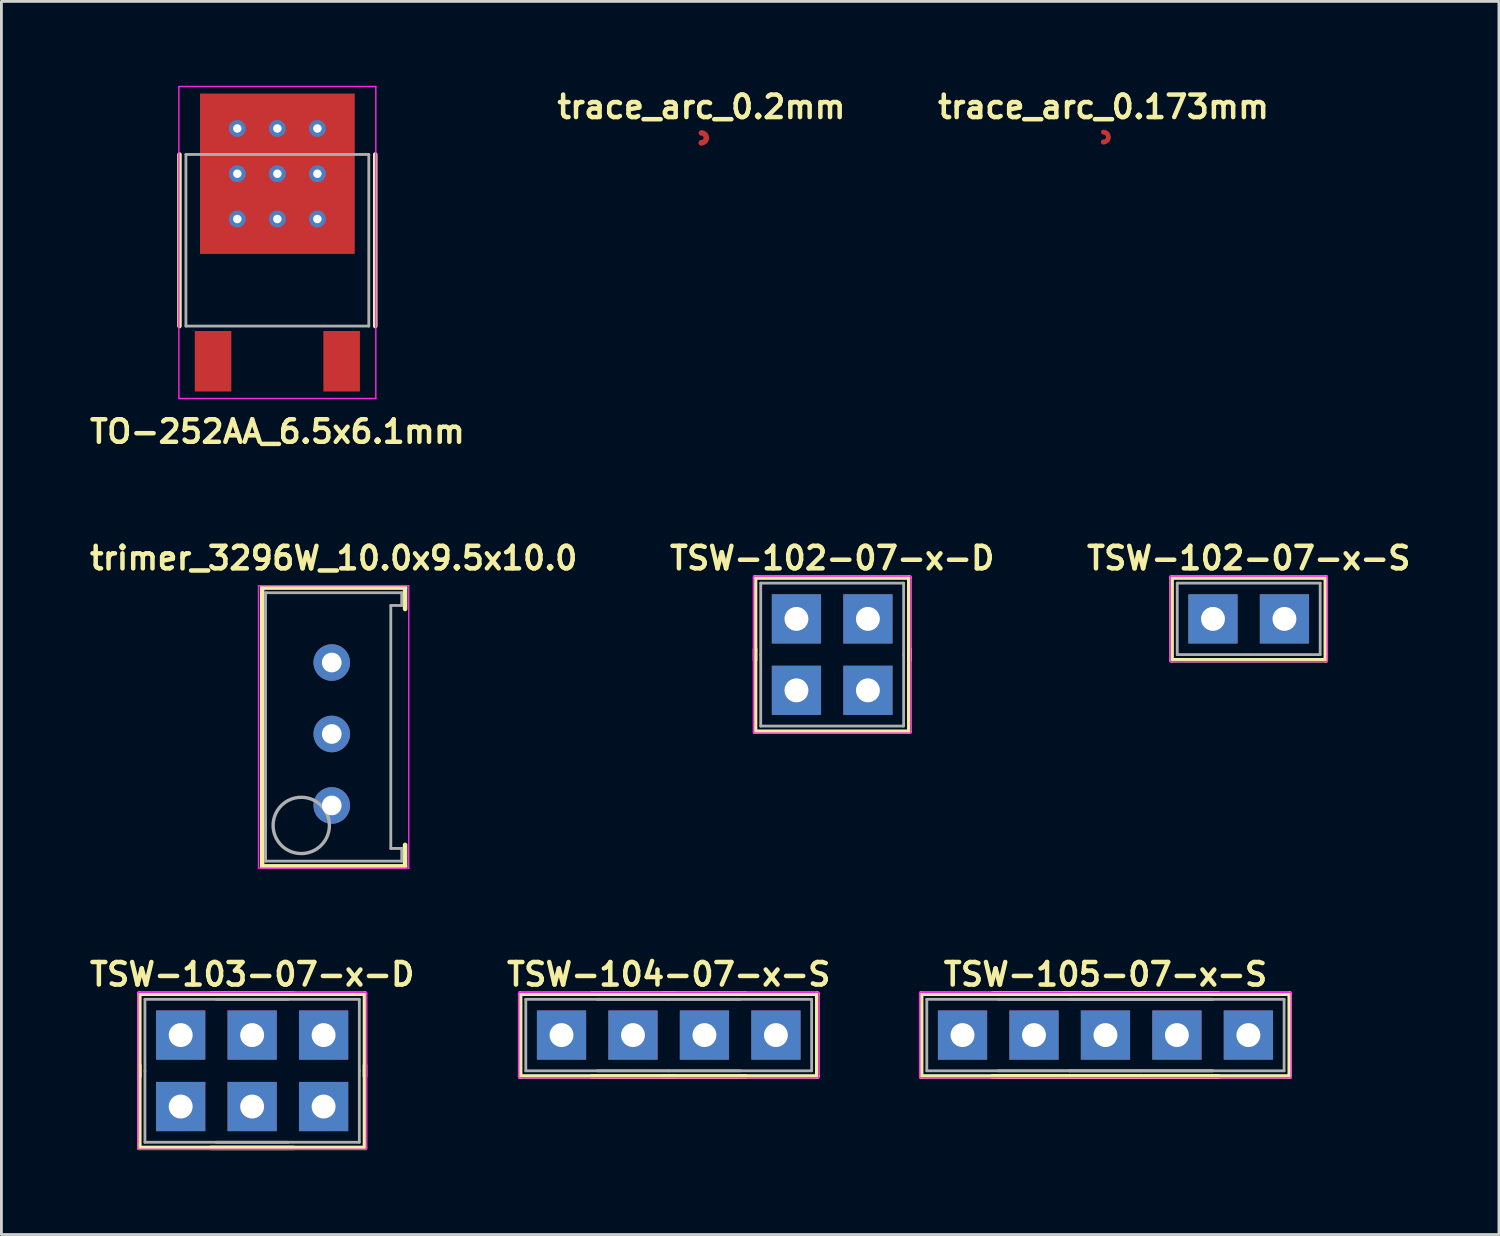
<source format=kicad_pcb>
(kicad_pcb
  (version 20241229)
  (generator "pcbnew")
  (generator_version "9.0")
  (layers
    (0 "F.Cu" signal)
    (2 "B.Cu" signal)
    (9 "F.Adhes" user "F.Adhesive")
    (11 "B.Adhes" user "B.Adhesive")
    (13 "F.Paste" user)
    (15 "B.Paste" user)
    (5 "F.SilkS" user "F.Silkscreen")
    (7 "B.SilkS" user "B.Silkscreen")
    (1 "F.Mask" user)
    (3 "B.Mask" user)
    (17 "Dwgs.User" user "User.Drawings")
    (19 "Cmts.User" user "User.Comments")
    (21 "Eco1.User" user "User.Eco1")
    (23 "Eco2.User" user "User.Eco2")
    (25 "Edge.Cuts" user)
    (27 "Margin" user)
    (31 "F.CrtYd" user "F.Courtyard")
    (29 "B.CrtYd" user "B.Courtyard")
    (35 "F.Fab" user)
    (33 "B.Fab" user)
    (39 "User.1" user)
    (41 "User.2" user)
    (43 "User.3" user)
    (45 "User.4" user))
  (footprint "TSW-105-07-x-S"
    (layer "F.Cu")
    (at 36.241 33.74)
    (property "Reference" "TSW-105-07-x-S" (at 0 -2.159 0) (layer "F.SilkS") (effects (font (size 0.8 0.8) (thickness 0.16))))
    (attr through_hole)
    (fp_line (start -6.55 -1.47) (end -6.55 1.47) (stroke (width 0.16) (type solid)) (layer "F.SilkS"))
    (fp_line (start -6.55 -1.47) (end -1.07 -1.47) (stroke (width 0.16) (type solid)) (layer "F.SilkS"))
    (fp_line (start -4.01 -1.47) (end 1.47 -1.47) (stroke (width 0.16) (type solid)) (layer "F.SilkS"))
    (fp_line (start -4.01 -1.47) (end 1.47 -1.47) (stroke (width 0.16) (type solid)) (layer "F.SilkS"))
    (fp_line (start -1.47 -1.47) (end 4.01 -1.47) (stroke (width 0.16) (type solid)) (layer "F.SilkS"))
    (fp_line (start -1.47 -1.47) (end 4.01 -1.47) (stroke (width 0.16) (type solid)) (layer "F.SilkS"))
    (fp_line (start -1.07 1.47) (end -6.55 1.47) (stroke (width 0.16) (type solid)) (layer "F.SilkS"))
    (fp_line (start 1.07 -1.47) (end 6.55 -1.47) (stroke (width 0.16) (type solid)) (layer "F.SilkS"))
    (fp_line (start 1.47 1.47) (end -4.01 1.47) (stroke (width 0.16) (type solid)) (layer "F.SilkS"))
    (fp_line (start 1.47 1.47) (end -4.01 1.47) (stroke (width 0.16) (type solid)) (layer "F.SilkS"))
    (fp_line (start 4.01 1.47) (end -1.47 1.47) (stroke (width 0.16) (type solid)) (layer "F.SilkS"))
    (fp_line (start 4.01 1.47) (end -1.47 1.47) (stroke (width 0.16) (type solid)) (layer "F.SilkS"))
    (fp_line (start 6.55 -1.47) (end 6.55 1.47) (stroke (width 0.16) (type solid)) (layer "F.SilkS"))
    (fp_line (start 6.55 1.47) (end 1.07 1.47) (stroke (width 0.16) (type solid)) (layer "F.SilkS"))
    (fp_line (start -6.6 -1.52) (end 6.6 -1.52) (stroke (width 0.05) (type solid)) (layer "F.CrtYd"))
    (fp_line (start -6.6 1.52) (end -6.6 -1.52) (stroke (width 0.05) (type solid)) (layer "F.CrtYd"))
    (fp_line (start -6.6 1.52) (end 6.6 1.52) (stroke (width 0.05) (type solid)) (layer "F.CrtYd"))
    (fp_line (start 6.6 -1.52) (end 6.6 1.52) (stroke (width 0.05) (type solid)) (layer "F.CrtYd"))
    (fp_line (start -6.35 -1.27) (end -6.35 1.27) (stroke (width 0.1) (type solid)) (layer "F.Fab"))
    (fp_line (start -6.35 -1.27) (end -1.27 -1.27) (stroke (width 0.1) (type solid)) (layer "F.Fab"))
    (fp_line (start -6.35 1.27) (end -1.27 1.27) (stroke (width 0.1) (type solid)) (layer "F.Fab"))
    (fp_line (start -3.81 -1.27) (end 1.27 -1.27) (stroke (width 0.1) (type solid)) (layer "F.Fab"))
    (fp_line (start -3.81 1.27) (end 1.27 1.27) (stroke (width 0.1) (type solid)) (layer "F.Fab"))
    (fp_line (start -1.27 -1.27) (end 3.81 -1.27) (stroke (width 0.1) (type solid)) (layer "F.Fab"))
    (fp_line (start -1.27 -1.27) (end 3.81 -1.27) (stroke (width 0.1) (type solid)) (layer "F.Fab"))
    (fp_line (start -1.27 1.27) (end 3.81 1.27) (stroke (width 0.1) (type solid)) (layer "F.Fab"))
    (fp_line (start -1.27 1.27) (end 3.81 1.27) (stroke (width 0.1) (type solid)) (layer "F.Fab"))
    (fp_line (start 1.27 -1.27) (end 6.35 -1.27) (stroke (width 0.1) (type solid)) (layer "F.Fab"))
    (fp_line (start 1.27 1.27) (end 6.35 1.27) (stroke (width 0.1) (type solid)) (layer "F.Fab"))
    (fp_line (start 6.35 -1.27) (end 6.35 1.27) (stroke (width 0.1) (type solid)) (layer "F.Fab"))
    (pad "1" thru_hole rect (at -5.08 0) (size 1.75 1.75) (drill 0.85) (layers "*.Cu" "*.Mask"))
    (pad "2" thru_hole rect (at -2.54 0) (size 1.75 1.75) (drill 0.85) (layers "*.Cu" "*.Mask"))
    (pad "3" thru_hole rect (at 0 0) (size 1.75 1.75) (drill 0.85) (layers "*.Cu" "*.Mask"))
    (pad "4" thru_hole rect (at 2.54 0) (size 1.75 1.75) (drill 0.85) (layers "*.Cu" "*.Mask"))
    (pad "5" thru_hole rect (at 5.08 0) (size 1.75 1.75) (drill 0.85) (layers "*.Cu" "*.Mask")))
  (footprint "TSW-103-07-x-D"
    (layer "F.Cu")
    (at 5.912 35.01)
    (property "Reference" "TSW-103-07-x-D" (at 0 -3.429 0) (layer "F.SilkS") (effects (font (size 0.8 0.8) (thickness 0.16))))
    (attr through_hole)
    (fp_line (start -4.01 -2.74) (end -4.01 0.2) (stroke (width 0.16) (type solid)) (layer "F.SilkS"))
    (fp_line (start -4.01 -2.74) (end 1.47 -2.74) (stroke (width 0.16) (type solid)) (layer "F.SilkS"))
    (fp_line (start -4.01 2.74) (end -4.01 -0.2) (stroke (width 0.16) (type solid)) (layer "F.SilkS"))
    (fp_line (start -1.47 -2.74) (end 4.01 -2.74) (stroke (width 0.16) (type solid)) (layer "F.SilkS"))
    (fp_line (start 1.47 2.74) (end -4.01 2.74) (stroke (width 0.16) (type solid)) (layer "F.SilkS"))
    (fp_line (start 4.01 -2.74) (end 4.01 0.2) (stroke (width 0.16) (type solid)) (layer "F.SilkS"))
    (fp_line (start 4.01 2.74) (end -1.47 2.74) (stroke (width 0.16) (type solid)) (layer "F.SilkS"))
    (fp_line (start 4.01 2.74) (end 4.01 -0.2) (stroke (width 0.16) (type solid)) (layer "F.SilkS"))
    (fp_line (start -4.06 -2.79) (end 4.06 -2.79) (stroke (width 0.05) (type solid)) (layer "F.CrtYd"))
    (fp_line (start -4.06 2.79) (end -4.06 -2.79) (stroke (width 0.05) (type solid)) (layer "F.CrtYd"))
    (fp_line (start 4.06 -2.79) (end 4.06 2.79) (stroke (width 0.05) (type solid)) (layer "F.CrtYd"))
    (fp_line (start 4.06 2.79) (end -4.06 2.79) (stroke (width 0.05) (type solid)) (layer "F.CrtYd"))
    (fp_line (start -3.81 -2.54) (end -3.81 0) (stroke (width 0.1) (type solid)) (layer "F.Fab"))
    (fp_line (start -3.81 -2.54) (end 1.27 -2.54) (stroke (width 0.1) (type solid)) (layer "F.Fab"))
    (fp_line (start -3.81 2.54) (end -3.81 0) (stroke (width 0.1) (type solid)) (layer "F.Fab"))
    (fp_line (start -1.27 -2.54) (end 3.81 -2.54) (stroke (width 0.1) (type solid)) (layer "F.Fab"))
    (fp_line (start 1.27 2.54) (end -3.81 2.54) (stroke (width 0.1) (type solid)) (layer "F.Fab"))
    (fp_line (start 3.81 -2.54) (end 3.81 0) (stroke (width 0.1) (type solid)) (layer "F.Fab"))
    (fp_line (start 3.81 2.54) (end -1.27 2.54) (stroke (width 0.1) (type solid)) (layer "F.Fab"))
    (fp_line (start 3.81 2.54) (end 3.81 0) (stroke (width 0.1) (type solid)) (layer "F.Fab"))
    (pad "1" thru_hole rect (at -2.54 1.27 180) (size 1.75 1.75) (drill 0.85) (layers "*.Cu" "*.Mask"))
    (pad "2" thru_hole rect (at -2.54 -1.27) (size 1.75 1.75) (drill 0.85) (layers "*.Cu" "*.Mask"))
    (pad "3" thru_hole rect (at 0 1.27 180) (size 1.75 1.75) (drill 0.85) (layers "*.Cu" "*.Mask"))
    (pad "4" thru_hole rect (at 0 -1.27) (size 1.75 1.75) (drill 0.85) (layers "*.Cu" "*.Mask"))
    (pad "5" thru_hole rect (at 2.54 1.27 180) (size 1.75 1.75) (drill 0.85) (layers "*.Cu" "*.Mask"))
    (pad "6" thru_hole rect (at 2.54 -1.27) (size 1.75 1.75) (drill 0.85) (layers "*.Cu" "*.Mask")))
  (footprint "TSW-102-07-x-S"
    (layer "F.Cu")
    (at 41.333 18.947)
    (property "Reference" "TSW-102-07-x-S" (at 0 -2.159 0) (layer "F.SilkS") (effects (font (size 0.8 0.8) (thickness 0.16))))
    (attr through_hole)
    (fp_line (start -2.74 -1.47) (end -2.74 1.47) (stroke (width 0.16) (type solid)) (layer "F.SilkS"))
    (fp_line (start -2.74 -1.47) (end 2.74 -1.47) (stroke (width 0.16) (type solid)) (layer "F.SilkS"))
    (fp_line (start 2.74 -1.47) (end 2.74 1.47) (stroke (width 0.16) (type solid)) (layer "F.SilkS"))
    (fp_line (start 2.74 1.47) (end -2.74 1.47) (stroke (width 0.16) (type solid)) (layer "F.SilkS"))
    (fp_line (start -2.79 -1.52) (end 2.79 -1.52) (stroke (width 0.05) (type solid)) (layer "F.CrtYd"))
    (fp_line (start -2.79 1.52) (end -2.79 -1.52) (stroke (width 0.05) (type solid)) (layer "F.CrtYd"))
    (fp_line (start 2.79 -1.52) (end 2.79 1.52) (stroke (width 0.05) (type solid)) (layer "F.CrtYd"))
    (fp_line (start 2.79 1.52) (end -2.79 1.52) (stroke (width 0.05) (type solid)) (layer "F.CrtYd"))
    (fp_line (start -2.54 -1.27) (end -2.54 1.27) (stroke (width 0.1) (type solid)) (layer "F.Fab"))
    (fp_line (start -2.54 -1.27) (end 2.54 -1.27) (stroke (width 0.1) (type solid)) (layer "F.Fab"))
    (fp_line (start -2.54 1.27) (end 2.54 1.27) (stroke (width 0.1) (type solid)) (layer "F.Fab"))
    (fp_line (start 2.54 -1.27) (end 2.54 1.27) (stroke (width 0.1) (type solid)) (layer "F.Fab"))
    (pad "1" thru_hole rect (at -1.27 0) (size 1.75 1.75) (drill 0.85) (layers "*.Cu" "*.Mask"))
    (pad "2" thru_hole rect (at 1.27 0) (size 1.75 1.75) (drill 0.85) (layers "*.Cu" "*.Mask")))
  (footprint "trace_arc_0.173mm"
    (layer "F.Cu")
    (at 36.171 1.647)
    (property "Reference" "trace_arc_0.173mm" (at 0 -0.898 0) (layer "F.SilkS") (effects (font (size 0.8 0.8) (thickness 0.16))))
    (attr exclude_from_pos_files exclude_from_bom)
    (pad "1" smd custom (at 0 0) (size 0.173 0.173) (layers "F.Cu") (options (anchor circle)) (primitives (gr_arc (start 0 0) (mid 0.175 0.175) (end 0 0.35) (width 0.173))))
    (pad "1" smd circle (at 0 0.35) (size 0.173 0.173) (layers "F.Cu")))
  (footprint "TSW-104-07-x-S"
    (layer "F.Cu")
    (at 20.718 33.74)
    (property "Reference" "TSW-104-07-x-S" (at 0 -2.159 0) (layer "F.SilkS") (effects (font (size 0.8 0.8) (thickness 0.16))))
    (attr through_hole)
    (fp_line (start -5.28 -1.47) (end -5.28 1.47) (stroke (width 0.16) (type solid)) (layer "F.SilkS"))
    (fp_line (start -5.28 -1.47) (end 0.2 -1.47) (stroke (width 0.16) (type solid)) (layer "F.SilkS"))
    (fp_line (start -2.74 -1.47) (end 2.74 -1.47) (stroke (width 0.16) (type solid)) (layer "F.SilkS"))
    (fp_line (start -0.2 -1.47) (end 5.28 -1.47) (stroke (width 0.16) (type solid)) (layer "F.SilkS"))
    (fp_line (start 0.2 1.47) (end -5.28 1.47) (stroke (width 0.16) (type solid)) (layer "F.SilkS"))
    (fp_line (start 2.74 1.47) (end -2.74 1.47) (stroke (width 0.16) (type solid)) (layer "F.SilkS"))
    (fp_line (start 5.28 -1.47) (end 5.28 1.47) (stroke (width 0.16) (type solid)) (layer "F.SilkS"))
    (fp_line (start 5.28 1.47) (end -0.2 1.47) (stroke (width 0.16) (type solid)) (layer "F.SilkS"))
    (fp_line (start -5.33 -1.52) (end 5.33 -1.52) (stroke (width 0.05) (type solid)) (layer "F.CrtYd"))
    (fp_line (start -5.33 1.52) (end -5.33 -1.52) (stroke (width 0.05) (type solid)) (layer "F.CrtYd"))
    (fp_line (start 5.33 -1.52) (end 5.33 1.52) (stroke (width 0.05) (type solid)) (layer "F.CrtYd"))
    (fp_line (start 5.33 1.52) (end -5.33 1.52) (stroke (width 0.05) (type solid)) (layer "F.CrtYd"))
    (fp_line (start -5.08 -1.27) (end -5.08 1.27) (stroke (width 0.1) (type solid)) (layer "F.Fab"))
    (fp_line (start -5.08 -1.27) (end 0 -1.27) (stroke (width 0.1) (type solid)) (layer "F.Fab"))
    (fp_line (start -5.08 1.27) (end 0 1.27) (stroke (width 0.1) (type solid)) (layer "F.Fab"))
    (fp_line (start -2.54 -1.27) (end 2.54 -1.27) (stroke (width 0.1) (type solid)) (layer "F.Fab"))
    (fp_line (start -2.54 1.27) (end 2.54 1.27) (stroke (width 0.1) (type solid)) (layer "F.Fab"))
    (fp_line (start 0 -1.27) (end 5.08 -1.27) (stroke (width 0.1) (type solid)) (layer "F.Fab"))
    (fp_line (start 0 1.27) (end 5.08 1.27) (stroke (width 0.1) (type solid)) (layer "F.Fab"))
    (fp_line (start 5.08 -1.27) (end 5.08 1.27) (stroke (width 0.1) (type solid)) (layer "F.Fab"))
    (pad "1" thru_hole rect (at -3.81 0) (size 1.75 1.75) (drill 0.85) (layers "*.Cu" "*.Mask"))
    (pad "2" thru_hole rect (at -1.27 0) (size 1.75 1.75) (drill 0.85) (layers "*.Cu" "*.Mask"))
    (pad "3" thru_hole rect (at 1.27 0) (size 1.75 1.75) (drill 0.85) (layers "*.Cu" "*.Mask"))
    (pad "4" thru_hole rect (at 3.81 0) (size 1.75 1.75) (drill 0.85) (layers "*.Cu" "*.Mask")))
  (footprint "TSW-102-07-x-D"
    (layer "F.Cu")
    (at 26.528 20.217)
    (property "Reference" "TSW-102-07-x-D" (at 0 -3.429 0) (layer "F.SilkS") (effects (font (size 0.8 0.8) (thickness 0.16))))
    (attr through_hole)
    (fp_line (start -2.74 -2.74) (end -2.74 0.2) (stroke (width 0.16) (type solid)) (layer "F.SilkS"))
    (fp_line (start -2.74 -2.74) (end 2.74 -2.74) (stroke (width 0.16) (type solid)) (layer "F.SilkS"))
    (fp_line (start -2.74 2.74) (end -2.74 -0.2) (stroke (width 0.16) (type solid)) (layer "F.SilkS"))
    (fp_line (start 2.74 -2.74) (end 2.74 0.2) (stroke (width 0.16) (type solid)) (layer "F.SilkS"))
    (fp_line (start 2.74 2.74) (end -2.74 2.74) (stroke (width 0.16) (type solid)) (layer "F.SilkS"))
    (fp_line (start 2.74 2.74) (end 2.74 -0.2) (stroke (width 0.16) (type solid)) (layer "F.SilkS"))
    (fp_line (start -2.79 -2.79) (end 2.79 -2.79) (stroke (width 0.05) (type solid)) (layer "F.CrtYd"))
    (fp_line (start -2.79 2.79) (end -2.79 -2.79) (stroke (width 0.05) (type solid)) (layer "F.CrtYd"))
    (fp_line (start 2.79 -2.79) (end 2.79 2.79) (stroke (width 0.05) (type solid)) (layer "F.CrtYd"))
    (fp_line (start 2.79 2.79) (end -2.79 2.79) (stroke (width 0.05) (type solid)) (layer "F.CrtYd"))
    (fp_line (start -2.54 -2.54) (end -2.54 0) (stroke (width 0.1) (type solid)) (layer "F.Fab"))
    (fp_line (start -2.54 -2.54) (end 2.54 -2.54) (stroke (width 0.1) (type solid)) (layer "F.Fab"))
    (fp_line (start -2.54 2.54) (end -2.54 0) (stroke (width 0.1) (type solid)) (layer "F.Fab"))
    (fp_line (start 2.54 -2.54) (end 2.54 0) (stroke (width 0.1) (type solid)) (layer "F.Fab"))
    (fp_line (start 2.54 2.54) (end -2.54 2.54) (stroke (width 0.1) (type solid)) (layer "F.Fab"))
    (fp_line (start 2.54 2.54) (end 2.54 0) (stroke (width 0.1) (type solid)) (layer "F.Fab"))
    (pad "1" thru_hole rect (at -1.27 1.27 180) (size 1.75 1.75) (drill 0.85) (layers "*.Cu" "*.Mask"))
    (pad "2" thru_hole rect (at -1.27 -1.27) (size 1.75 1.75) (drill 0.85) (layers "*.Cu" "*.Mask"))
    (pad "3" thru_hole rect (at 1.27 1.27 180) (size 1.75 1.75) (drill 0.85) (layers "*.Cu" "*.Mask"))
    (pad "4" thru_hole rect (at 1.27 -1.27) (size 1.75 1.75) (drill 0.85) (layers "*.Cu" "*.Mask")))
  (footprint "trace_arc_0.2mm"
    (layer "F.Cu")
    (at 21.88 1.674)
    (property "Reference" "trace_arc_0.2mm" (at 0 -0.925 180) (layer "F.SilkS") (effects (font (size 0.8 0.8) (thickness 0.16))))
    (attr exclude_from_pos_files exclude_from_bom)
    (pad "1" smd custom (at 0 0) (size 0.2 0.2) (layers "F.Cu") (options (anchor circle)) (primitives (gr_arc (start 0 0) (mid 0.175 0.175) (end 0 0.35) (width 0.2))))
    (pad "1" smd circle (at 0 0.35) (size 0.2 0.2) (layers "F.Cu")))
  (footprint "TO-252AA_6.5x6.1mm"
    (layer "F.Cu")
    (at 6.808 9.79)
    (property "Reference" "TO-252AA_6.5x6.1mm" (at 0 2.5 0) (layer "F.SilkS") (effects (font (size 0.8 0.8) (thickness 0.16))))
    (attr through_hole)
    (fp_line (start -3.48 -7.35) (end -3.48 -1.25) (stroke (width 0.16) (type solid)) (layer "F.SilkS"))
    (fp_line (start 3.48 -7.35) (end 3.48 -1.25) (stroke (width 0.16) (type solid)) (layer "F.SilkS"))
    (fp_line (start -3.5 1.325) (end -3.5 -9.76) (stroke (width 0.05) (type solid)) (layer "F.CrtYd"))
    (fp_line (start -3.5 1.325) (end 3.5 1.325) (stroke (width 0.05) (type solid)) (layer "F.CrtYd"))
    (fp_line (start 3.5 -9.765) (end -3.5 -9.765) (stroke (width 0.05) (type solid)) (layer "F.CrtYd"))
    (fp_line (start 3.5 -9.765) (end 3.5 1.325) (stroke (width 0.05) (type solid)) (layer "F.CrtYd"))
    (fp_line (start -3.25 -7.35) (end -3.25 -1.25) (stroke (width 0.1) (type solid)) (layer "F.Fab"))
    (fp_line (start -3.25 -7.35) (end 3.25 -7.35) (stroke (width 0.1) (type solid)) (layer "F.Fab"))
    (fp_line (start 3.25 -1.25) (end -3.25 -1.25) (stroke (width 0.1) (type solid)) (layer "F.Fab"))
    (fp_line (start 3.25 -1.25) (end 3.25 -7.35) (stroke (width 0.1) (type solid)) (layer "F.Fab"))
    (pad "" smd rect (at -1.98 -8.69) (size 1.12 1.15) (layers "F.Paste"))
    (pad "" smd rect (at -1.98 -7.34) (size 1.12 1.15) (layers "F.Paste"))
    (pad "" smd rect (at -1.98 -5.99) (size 1.12 1.15) (layers "F.Paste"))
    (pad "" smd rect (at -1.98 -4.64) (size 1.12 1.15) (layers "F.Paste"))
    (pad "" smd rect (at -0.66 -8.69) (size 1.12 1.15) (layers "F.Paste"))
    (pad "" smd rect (at -0.66 -7.34) (size 1.12 1.15) (layers "F.Paste"))
    (pad "" smd rect (at -0.66 -5.99) (size 1.12 1.15) (layers "F.Paste"))
    (pad "" smd rect (at -0.66 -4.64) (size 1.12 1.15) (layers "F.Paste"))
    (pad "" smd rect (at 0.66 -8.69) (size 1.12 1.15) (layers "F.Paste"))
    (pad "" smd rect (at 0.66 -7.34) (size 1.12 1.15) (layers "F.Paste"))
    (pad "" smd rect (at 0.66 -5.99) (size 1.12 1.15) (layers "F.Paste"))
    (pad "" smd rect (at 0.66 -4.64) (size 1.12 1.15) (layers "F.Paste"))
    (pad "" smd rect (at 1.98 -8.69) (size 1.12 1.15) (layers "F.Paste"))
    (pad "" smd rect (at 1.98 -7.34) (size 1.12 1.15) (layers "F.Paste"))
    (pad "" smd rect (at 1.98 -5.99) (size 1.12 1.15) (layers "F.Paste"))
    (pad "" smd rect (at 1.98 -4.64) (size 1.12 1.15) (layers "F.Paste"))
    (pad "1" smd rect (at -2.285 0) (size 1.3 2.15) (layers "F.Cu" "F.Mask" "F.Paste"))
    (pad "2" smd rect (at 2.285 0 180) (size 1.3 2.15) (layers "F.Cu" "F.Mask" "F.Paste"))
    (pad "3" thru_hole circle (at -1.423 -8.274) (size 0.6 0.6) (drill 0.3) (layers "*.Cu"))
    (pad "3" thru_hole circle (at -1.423 -6.665) (size 0.6 0.6) (drill 0.3) (layers "*.Cu"))
    (pad "3" thru_hole circle (at -1.423 -5.056) (size 0.6 0.6) (drill 0.3) (layers "*.Cu"))
    (pad "3" thru_hole circle (at 0 -8.274) (size 0.6 0.6) (drill 0.3) (layers "*.Cu"))
    (pad "3" thru_hole circle (at 0 -6.665) (size 0.6 0.6) (drill 0.3) (layers "*.Cu"))
    (pad "3" smd rect (at 0 -6.665) (size 5.5 5.7) (layers "F.Cu" "F.Mask"))
    (pad "3" thru_hole circle (at 0 -5.056) (size 0.6 0.6) (drill 0.3) (layers "*.Cu"))
    (pad "3" thru_hole circle (at 1.423 -8.274) (size 0.6 0.6) (drill 0.3) (layers "*.Cu"))
    (pad "3" thru_hole circle (at 1.423 -6.665) (size 0.6 0.6) (drill 0.3) (layers "*.Cu"))
    (pad "3" thru_hole circle (at 1.423 -5.056) (size 0.6 0.6) (drill 0.3) (layers "*.Cu")))
  (footprint "trimer_3296W_10.0x9.5x10.0"
    (layer "F.Cu")
    (at 8.742 23.038)
    (property "Reference" "trimer_3296W_10.0x9.5x10.0" (at 0.066 -6.25 0) (layer "F.SilkS") (effects (font (size 0.8 0.8) (thickness 0.16))))
    (attr through_hole)
    (fp_line (start -2.474 -5.203) (end -2.474 4.703) (stroke (width 0.16) (type solid)) (layer "F.SilkS"))
    (fp_line (start -2.474 -5.203) (end 2.606 -5.203) (stroke (width 0.16) (type solid)) (layer "F.SilkS"))
    (fp_line (start 2.606 -4.441) (end 2.606 -5.203) (stroke (width 0.16) (type solid)) (layer "F.SilkS"))
    (fp_line (start 2.606 4.703) (end -2.474 4.703) (stroke (width 0.16) (type solid)) (layer "F.SilkS"))
    (fp_line (start 2.606 4.703) (end 2.606 3.941) (stroke (width 0.16) (type solid)) (layer "F.SilkS"))
    (fp_line (start -2.604 -5.27) (end -2.604 4.77) (stroke (width 0.05) (type solid)) (layer "F.CrtYd"))
    (fp_line (start -2.604 4.77) (end 2.736 4.77) (stroke (width 0.05) (type solid)) (layer "F.CrtYd"))
    (fp_line (start 2.736 -5.27) (end -2.604 -5.27) (stroke (width 0.05) (type solid)) (layer "F.CrtYd"))
    (fp_line (start 2.736 -5.27) (end 2.736 4.77) (stroke (width 0.05) (type solid)) (layer "F.CrtYd"))
    (fp_line (start -2.354 4.52) (end -2.354 -5.02) (stroke (width 0.1) (type solid)) (layer "F.Fab"))
    (fp_line (start 2.098 -4.568) (end 2.098 4.068) (stroke (width 0.1) (type solid)) (layer "F.Fab"))
    (fp_line (start 2.098 -4.568) (end 2.486 -4.568) (stroke (width 0.1) (type solid)) (layer "F.Fab"))
    (fp_line (start 2.098 4.068) (end 2.486 4.068) (stroke (width 0.1) (type solid)) (layer "F.Fab"))
    (fp_line (start 2.486 -5.02) (end -2.354 -5.02) (stroke (width 0.1) (type solid)) (layer "F.Fab"))
    (fp_line (start 2.486 -5.02) (end 2.486 -4.568) (stroke (width 0.1) (type solid)) (layer "F.Fab"))
    (fp_line (start 2.486 4.52) (end -2.354 4.52) (stroke (width 0.1) (type solid)) (layer "F.Fab"))
    (fp_line (start 2.486 4.52) (end 2.486 4.068) (stroke (width 0.1) (type solid)) (layer "F.Fab"))
    (fp_circle (center -1.084 3.25) (end -0.084 3.25) (stroke (width 0.12) (type solid)) (fill no) (layer "F.Fab"))
    (pad "1" thru_hole circle (at 0 2.54) (size 1.3 1.3) (drill 0.7) (layers "*.Cu" "*.Mask"))
    (pad "2" thru_hole circle (at 0 0) (size 1.3 1.3) (drill 0.7) (layers "*.Cu" "*.Mask"))
    (pad "3" thru_hole circle (at 0 -2.54) (size 1.3 1.3) (drill 0.7) (layers "*.Cu" "*.Mask")))
  (gr_rect
    (start -3 -3)
    (end 50.227 40.83)
    (stroke (width 0.1) (type default))
    (fill no)
    (layer "Edge.Cuts")))
</source>
